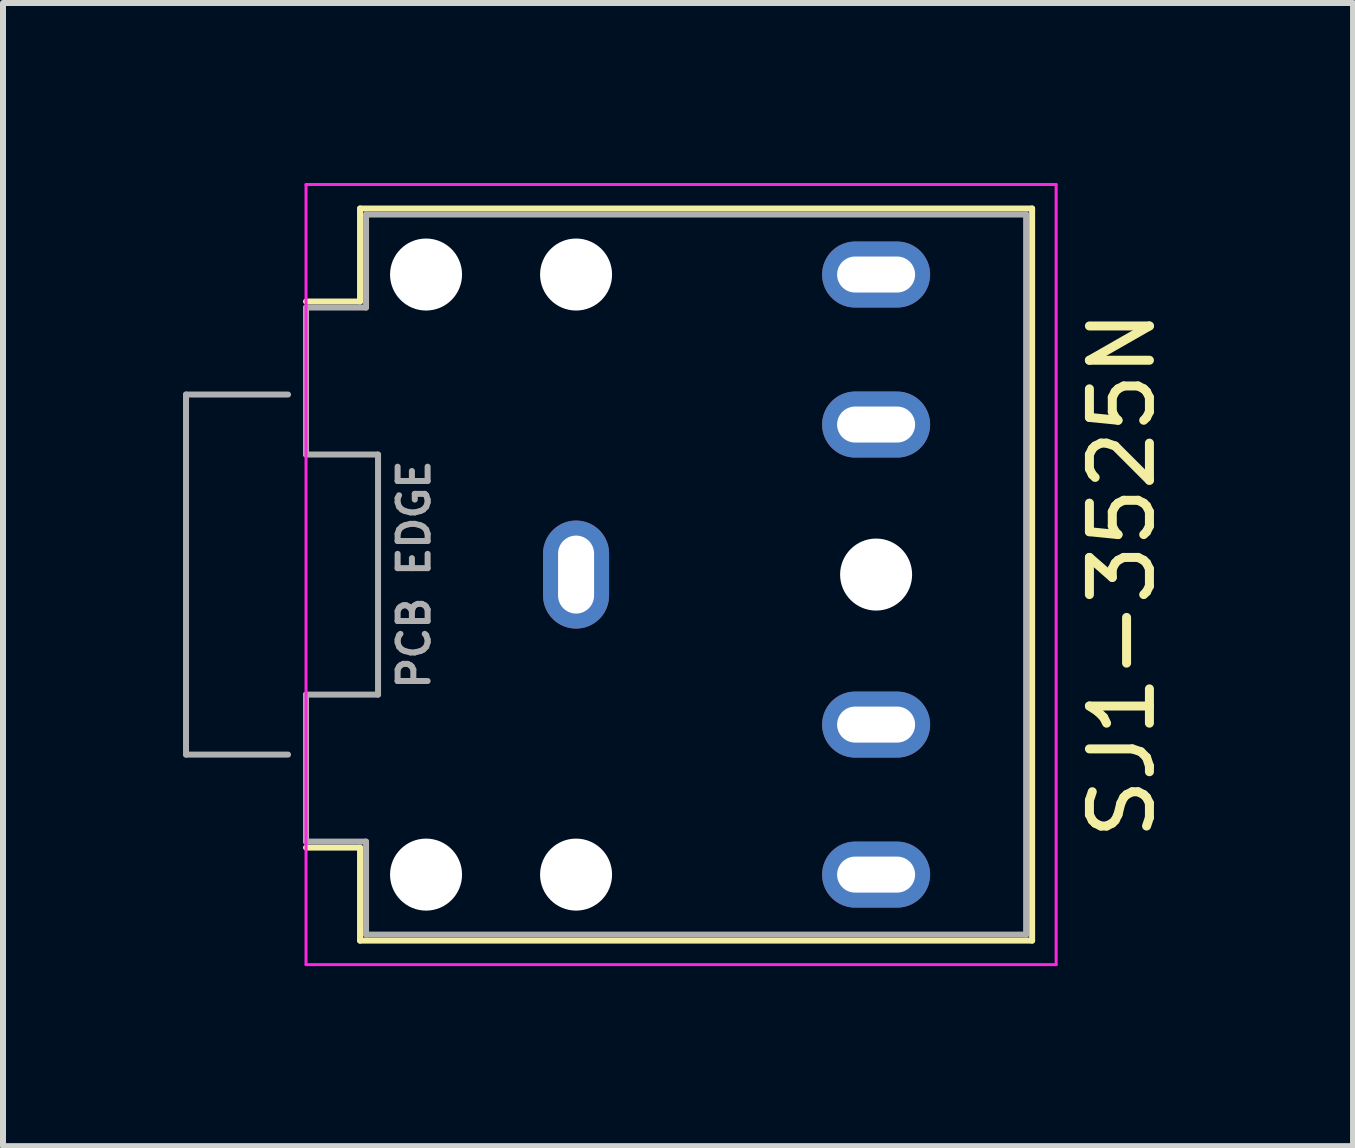
<source format=kicad_pcb>
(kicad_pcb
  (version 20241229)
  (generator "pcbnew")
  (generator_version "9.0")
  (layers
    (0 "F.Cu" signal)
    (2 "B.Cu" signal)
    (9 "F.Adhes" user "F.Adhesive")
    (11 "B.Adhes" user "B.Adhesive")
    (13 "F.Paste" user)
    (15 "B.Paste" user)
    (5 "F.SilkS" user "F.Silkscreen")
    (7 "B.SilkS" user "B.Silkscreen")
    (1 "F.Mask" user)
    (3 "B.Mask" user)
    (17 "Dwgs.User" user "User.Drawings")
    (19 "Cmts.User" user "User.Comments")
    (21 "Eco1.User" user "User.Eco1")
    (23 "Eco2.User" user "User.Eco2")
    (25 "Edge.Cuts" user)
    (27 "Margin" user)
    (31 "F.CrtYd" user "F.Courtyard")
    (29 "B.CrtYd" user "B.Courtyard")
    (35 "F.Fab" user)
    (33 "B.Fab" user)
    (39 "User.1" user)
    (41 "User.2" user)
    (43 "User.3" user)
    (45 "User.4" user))
  (footprint "SJ1-3525N"
    (layer "F.Cu")
    (at 11.55 6.525)
    (property "Reference" "SJ1-3525N" (at 4.1 0 90) (layer "F.SilkS") (effects (font (size 1 1) (thickness 0.15))))
    (attr through_hole)
    (fp_line (start -8.6 -6.1) (end -8.6 -4.55) (stroke (width 0.1) (type solid)) (layer "F.SilkS"))
    (fp_line (start -8.6 -4.55) (end -9.5 -4.55) (stroke (width 0.1) (type solid)) (layer "F.SilkS"))
    (fp_line (start -8.6 4.55) (end -9.5 4.55) (stroke (width 0.1) (type solid)) (layer "F.SilkS"))
    (fp_line (start -8.6 6.1) (end -8.6 4.55) (stroke (width 0.1) (type solid)) (layer "F.SilkS"))
    (fp_line (start -8.6 6.1) (end 2.6 6.1) (stroke (width 0.1) (type solid)) (layer "F.SilkS"))
    (fp_line (start 2.6 -6.1) (end -8.6 -6.1) (stroke (width 0.1) (type solid)) (layer "F.SilkS"))
    (fp_line (start 2.6 6.1) (end 2.6 -6.1) (stroke (width 0.1) (type solid)) (layer "F.SilkS"))
    (fp_line (start -9.5 -6.5) (end 3 -6.5) (stroke (width 0.05) (type solid)) (layer "F.CrtYd"))
    (fp_line (start -9.5 6.5) (end -9.5 -6.5) (stroke (width 0.05) (type solid)) (layer "F.CrtYd"))
    (fp_line (start 3 -6.5) (end 3 6.5) (stroke (width 0.05) (type solid)) (layer "F.CrtYd"))
    (fp_line (start 3 6.5) (end -9.5 6.5) (stroke (width 0.05) (type solid)) (layer "F.CrtYd"))
    (fp_line (start -11.5 -3) (end -11.5 3) (stroke (width 0.1) (type solid)) (layer "F.Fab"))
    (fp_line (start -11.5 -3) (end -9.8 -3) (stroke (width 0.1) (type solid)) (layer "F.Fab"))
    (fp_line (start -9.8 3) (end -11.5 3) (stroke (width 0.1) (type solid)) (layer "F.Fab"))
    (fp_line (start -9.5 -2) (end -9.5 -4.45) (stroke (width 0.1) (type solid)) (layer "F.Fab"))
    (fp_line (start -9.5 4.45) (end -9.5 2) (stroke (width 0.1) (type solid)) (layer "F.Fab"))
    (fp_line (start -8.5 -6) (end -8.5 -4.45) (stroke (width 0.1) (type solid)) (layer "F.Fab"))
    (fp_line (start -8.5 -4.45) (end -9.5 -4.45) (stroke (width 0.1) (type solid)) (layer "F.Fab"))
    (fp_line (start -8.5 4.45) (end -9.5 4.45) (stroke (width 0.1) (type solid)) (layer "F.Fab"))
    (fp_line (start -8.5 4.45) (end -8.5 6) (stroke (width 0.1) (type solid)) (layer "F.Fab"))
    (fp_line (start -8.5 6) (end 2.5 6) (stroke (width 0.1) (type solid)) (layer "F.Fab"))
    (fp_line (start -8.3 -2) (end -9.5 -2) (stroke (width 0.1) (type solid)) (layer "F.Fab"))
    (fp_line (start -8.3 -2) (end -8.3 2) (stroke (width 0.1) (type solid)) (layer "F.Fab"))
    (fp_line (start -8.3 2) (end -9.5 2) (stroke (width 0.1) (type solid)) (layer "F.Fab"))
    (fp_line (start 2.5 -6) (end -8.5 -6) (stroke (width 0.1) (type solid)) (layer "F.Fab"))
    (fp_line (start 2.5 6) (end 2.5 -6) (stroke (width 0.1) (type solid)) (layer "F.Fab"))
    (fp_text user "PCB EDGE" (at -7.7 0 90) (layer "F.Fab") (effects (font (size 0.5 0.5) (thickness 0.1))))
    (pad "" np_thru_hole circle (at -7.5 -5) (size 1.2 1.2) (drill 1.2) (layers "*.Cu" "*.Mask"))
    (pad "" np_thru_hole circle (at -7.5 5) (size 1.2 1.2) (drill 1.2) (layers "*.Cu" "*.Mask"))
    (pad "" np_thru_hole circle (at -5 -5) (size 1.2 1.2) (drill 1.2) (layers "*.Cu" "*.Mask"))
    (pad "" np_thru_hole circle (at -5 5) (size 1.2 1.2) (drill 1.2) (layers "*.Cu" "*.Mask"))
    (pad "" np_thru_hole circle (at 0 0) (size 1.2 1.2) (drill 1.2) (layers "*.Cu" "*.Mask"))
    (pad "R" thru_hole oval (at 0 -5) (size 1.8 1.1) (drill oval 1.3 0.6) (layers "*.Cu" "*.Mask"))
    (pad "RN" thru_hole oval (at 0 -2.5) (size 1.8 1.1) (drill oval 1.3 0.6) (layers "*.Cu" "*.Mask"))
    (pad "S" thru_hole oval (at -5 0 90) (size 1.8 1.1) (drill oval 1.3 0.6) (layers "*.Cu" "*.Mask"))
    (pad "T" thru_hole oval (at 0 5) (size 1.8 1.1) (drill oval 1.3 0.6) (layers "*.Cu" "*.Mask"))
    (pad "TN" thru_hole oval (at 0 2.5) (size 1.8 1.1) (drill oval 1.3 0.6) (layers "*.Cu" "*.Mask")))
  (gr_rect
    (start -3 -3)
    (end 19.498 16.05)
    (stroke (width 0.1) (type default))
    (fill no)
    (layer "Edge.Cuts")))
</source>
